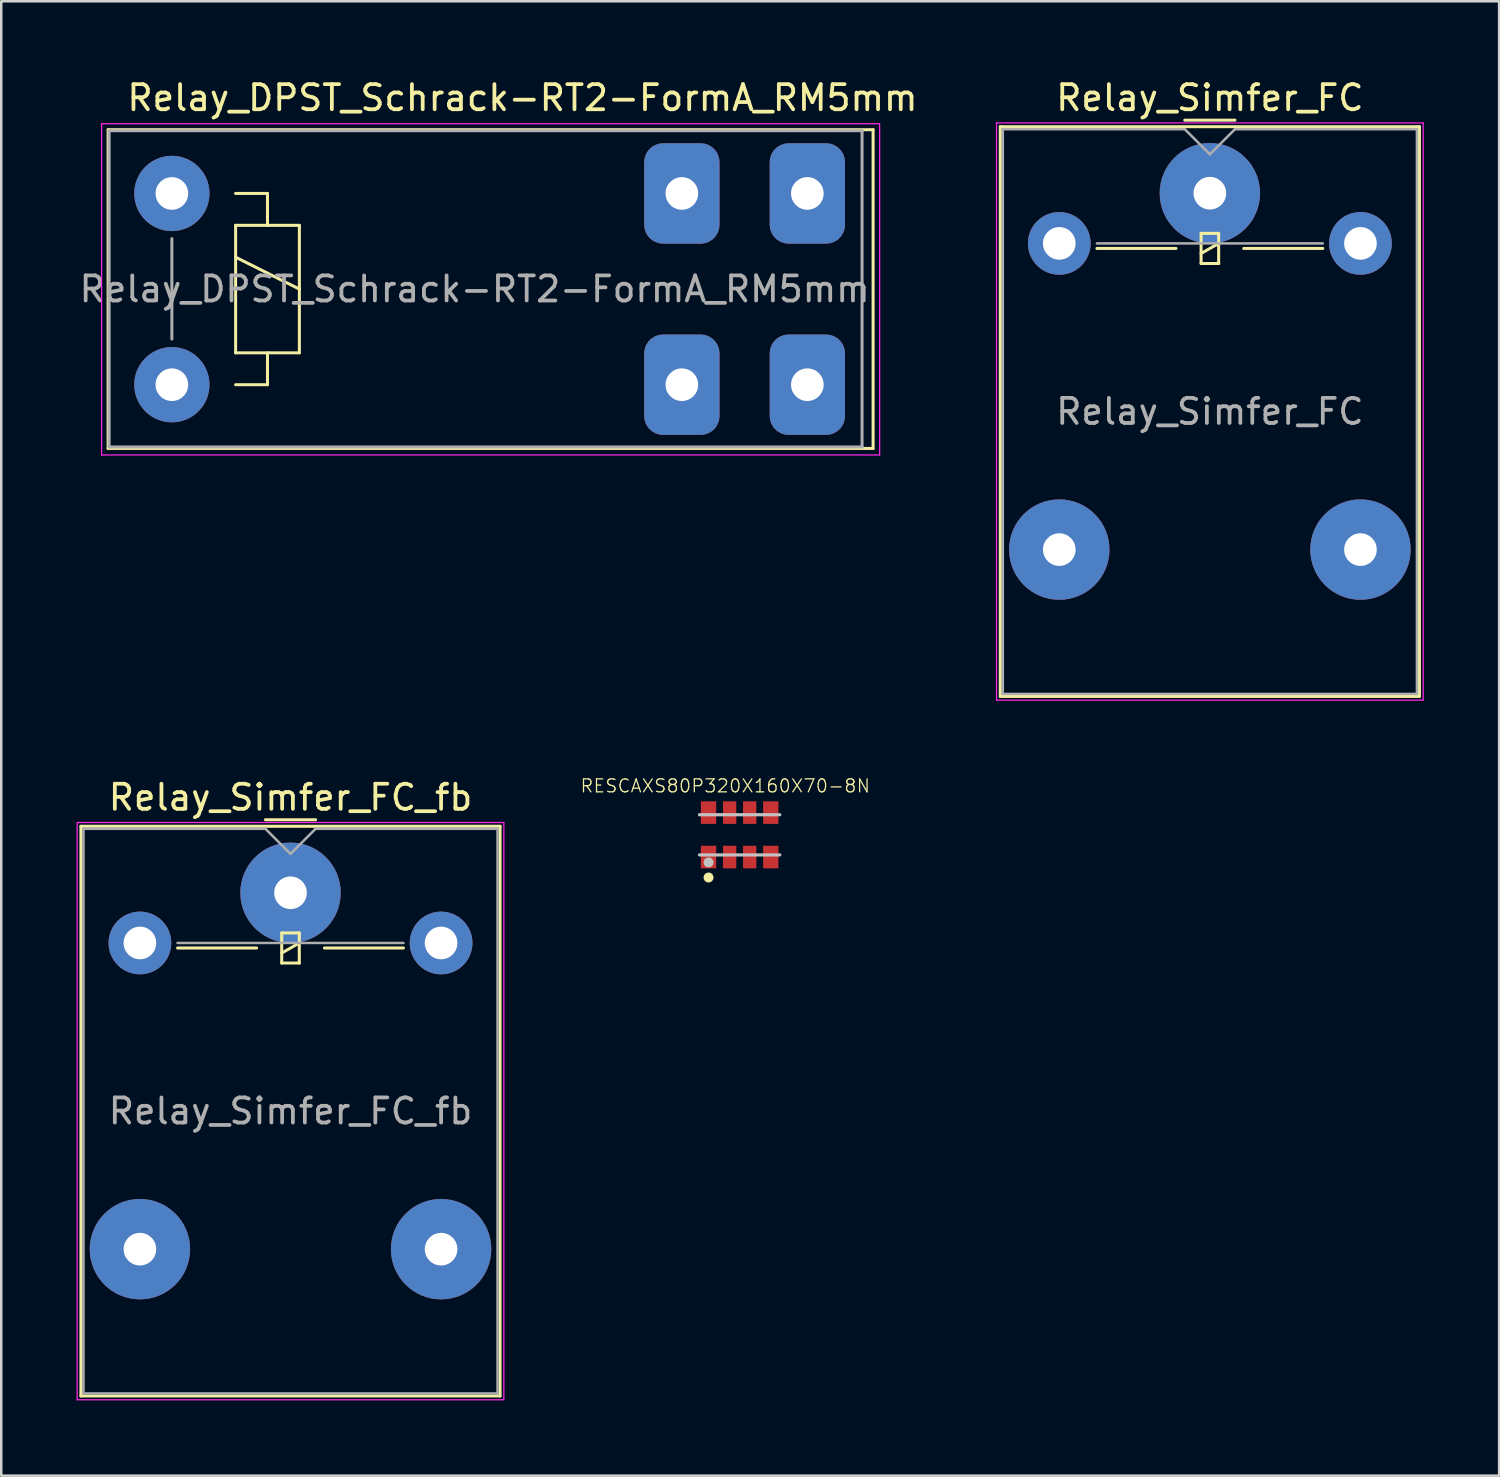
<source format=kicad_pcb>
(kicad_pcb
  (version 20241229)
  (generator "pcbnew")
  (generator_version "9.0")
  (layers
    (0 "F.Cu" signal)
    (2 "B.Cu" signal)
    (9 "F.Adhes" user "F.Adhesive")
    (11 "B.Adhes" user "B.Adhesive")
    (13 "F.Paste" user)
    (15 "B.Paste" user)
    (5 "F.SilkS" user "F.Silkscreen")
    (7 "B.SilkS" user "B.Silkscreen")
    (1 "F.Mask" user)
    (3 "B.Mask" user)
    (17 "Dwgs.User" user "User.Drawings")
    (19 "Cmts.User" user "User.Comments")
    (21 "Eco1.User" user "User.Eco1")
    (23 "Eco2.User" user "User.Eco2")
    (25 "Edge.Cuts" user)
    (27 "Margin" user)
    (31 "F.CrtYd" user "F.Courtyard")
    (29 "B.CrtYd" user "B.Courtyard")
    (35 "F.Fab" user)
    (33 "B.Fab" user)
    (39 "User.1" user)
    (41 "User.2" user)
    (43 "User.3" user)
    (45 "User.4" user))
  (footprint "Relay_DPST_Schrack-RT2-FormA_RM5mm"
    (layer "F.Cu")
    (at 3.798 4.658)
    (property "Reference" "Relay_DPST_Schrack-RT2-FormA_RM5mm" (at 13.97 -3.81 0) (layer "F.SilkS") (effects (font (size 1 1) (thickness 0.15))))
    (attr through_hole)
    (fp_line (start -2.54 -2.54) (end 27.94 -2.54) (stroke (width 0.12) (type solid)) (layer "F.SilkS"))
    (fp_line (start -2.54 10.16) (end -2.54 -2.54) (stroke (width 0.12) (type solid)) (layer "F.SilkS"))
    (fp_line (start 2.54 0) (end 3.81 0) (stroke (width 0.12) (type solid)) (layer "F.SilkS"))
    (fp_line (start 2.54 1.27) (end 3.81 1.27) (stroke (width 0.12) (type solid)) (layer "F.SilkS"))
    (fp_line (start 2.54 2.54) (end 5.08 3.81) (stroke (width 0.12) (type solid)) (layer "F.SilkS"))
    (fp_line (start 2.54 6.35) (end 2.54 1.27) (stroke (width 0.12) (type solid)) (layer "F.SilkS"))
    (fp_line (start 3.81 0) (end 3.81 1.27) (stroke (width 0.12) (type solid)) (layer "F.SilkS"))
    (fp_line (start 3.81 1.27) (end 5.08 1.27) (stroke (width 0.12) (type solid)) (layer "F.SilkS"))
    (fp_line (start 3.81 6.35) (end 3.81 7.62) (stroke (width 0.12) (type solid)) (layer "F.SilkS"))
    (fp_line (start 3.81 7.62) (end 2.54 7.62) (stroke (width 0.12) (type solid)) (layer "F.SilkS"))
    (fp_line (start 5.08 1.27) (end 5.08 6.35) (stroke (width 0.12) (type solid)) (layer "F.SilkS"))
    (fp_line (start 5.08 6.35) (end 2.54 6.35) (stroke (width 0.12) (type solid)) (layer "F.SilkS"))
    (fp_line (start 27.94 -2.54) (end 27.94 10.16) (stroke (width 0.12) (type solid)) (layer "F.SilkS"))
    (fp_line (start 27.94 10.16) (end -2.54 10.16) (stroke (width 0.12) (type solid)) (layer "F.SilkS"))
    (fp_line (start -2.8 -2.78) (end 28.2 -2.78) (stroke (width 0.05) (type solid)) (layer "F.CrtYd"))
    (fp_line (start -2.8 10.42) (end -2.8 -2.78) (stroke (width 0.05) (type solid)) (layer "F.CrtYd"))
    (fp_line (start 28.2 -2.78) (end 28.2 10.42) (stroke (width 0.05) (type solid)) (layer "F.CrtYd"))
    (fp_line (start 28.2 10.42) (end -2.8 10.42) (stroke (width 0.05) (type solid)) (layer "F.CrtYd"))
    (fp_line (start -2.5 -2.5) (end 27.5 -2.5) (stroke (width 0.12) (type solid)) (layer "F.Fab"))
    (fp_line (start -2.5 10.1) (end -2.5 -2.5) (stroke (width 0.12) (type solid)) (layer "F.Fab"))
    (fp_line (start 0 1.8) (end 0 5.8) (stroke (width 0.12) (type solid)) (layer "F.Fab"))
    (fp_line (start 27.5 -2.5) (end 27.5 10.1) (stroke (width 0.12) (type solid)) (layer "F.Fab"))
    (fp_line (start 27.5 10.1) (end -2.5 10.1) (stroke (width 0.12) (type solid)) (layer "F.Fab"))
    (fp_text user "${REFERENCE}" (at 12.065 3.81 0) (layer "F.Fab") (effects (font (size 1 1) (thickness 0.15))))
    (pad "11" thru_hole roundrect (at 20.32 0) (size 3 4) (drill 1.3) (layers "B.Cu" "B.Mask") (roundrect_rratio 0.25))
    (pad "11" thru_hole roundrect (at 20.32 7.62) (size 3 4) (drill 1.3) (layers "B.Cu" "B.Mask") (roundrect_rratio 0.25))
    (pad "14" thru_hole roundrect (at 25.32 0) (size 3 4) (drill 1.3) (layers "B.Cu" "B.Mask") (roundrect_rratio 0.25))
    (pad "14" thru_hole roundrect (at 25.32 7.62) (size 3 4) (drill 1.3) (layers "B.Cu" "B.Mask") (roundrect_rratio 0.25))
    (pad "A1" thru_hole circle (at 0 0) (size 3 3) (drill 1.3) (layers "B.Cu" "B.Mask"))
    (pad "A2" thru_hole circle (at 0 7.62) (size 3 3) (drill 1.3) (layers "B.Cu" "B.Mask")))
  (footprint "RESCAXS80P320X160X70-8N"
    (layer "F.Cu")
    (at 26.421 30.213)
    (property "Reference" "RESCAXS80P320X160X70-8N" (at -0.573 -1.949 0) (layer "F.SilkS") (effects (font (size 0.518 0.518) (thickness 0.05))))
    (attr smd)
    (fp_circle (center -1.24 1.7) (end -1.14 1.7) (stroke (width 0.2) (type solid)) (fill no) (layer "F.SilkS"))
    (fp_line (start -1.6 -0.8) (end 1.6 -0.8) (stroke (width 0.127) (type solid)) (layer "Dwgs.User"))
    (fp_line (start 1.6 0.8) (end -1.6 0.8) (stroke (width 0.127) (type solid)) (layer "Dwgs.User"))
    (fp_circle (center -1.24 1.1) (end -1.14 1.1) (stroke (width 0.2) (type solid)) (fill no) (layer "Dwgs.User"))
    (fp_line (start -1.75 -1.5) (end 1.75 -1.5) (stroke (width 0.05) (type solid)) (layer "Eco1.User"))
    (fp_line (start -1.75 1.5) (end -1.75 -1.5) (stroke (width 0.05) (type solid)) (layer "Eco1.User"))
    (fp_line (start 1.75 -1.5) (end 1.75 1.5) (stroke (width 0.05) (type solid)) (layer "Eco1.User"))
    (fp_line (start 1.75 1.5) (end -1.75 1.5) (stroke (width 0.05) (type solid)) (layer "Eco1.User"))
    (pad "1" smd rect (at -1.24 0.885 90) (size 0.9 0.61) (layers "F.Cu" "F.Mask" "F.Paste"))
    (pad "2" smd rect (at -0.4 0.885 90) (size 0.9 0.53) (layers "F.Cu" "F.Mask" "F.Paste"))
    (pad "3" smd rect (at 0.4 0.885 90) (size 0.9 0.53) (layers "F.Cu" "F.Mask" "F.Paste"))
    (pad "4" smd rect (at 1.24 0.885 90) (size 0.9 0.61) (layers "F.Cu" "F.Mask" "F.Paste"))
    (pad "5" smd rect (at 1.24 -0.885 90) (size 0.9 0.61) (layers "F.Cu" "F.Mask" "F.Paste"))
    (pad "6" smd rect (at 0.4 -0.885 90) (size 0.9 0.53) (layers "F.Cu" "F.Mask" "F.Paste"))
    (pad "7" smd rect (at -0.4 -0.885 90) (size 0.9 0.53) (layers "F.Cu" "F.Mask" "F.Paste"))
    (pad "8" smd rect (at -1.24 -0.885 90) (size 0.9 0.61) (layers "F.Cu" "F.Mask" "F.Paste")))
  (footprint "Relay_Simfer_FC"
    (layer "F.Cu")
    (at 45.156 4.648)
    (property "Reference" "Relay_Simfer_FC" (at 0 -3.8 0) (layer "F.SilkS") (effects (font (size 1 1) (thickness 0.15))))
    (attr through_hole)
    (fp_line (start -8.35 -2.65) (end -8.35 20.05) (stroke (width 0.12) (type solid)) (layer "F.SilkS"))
    (fp_line (start -8.35 20.05) (end 8.35 20.05) (stroke (width 0.12) (type solid)) (layer "F.SilkS"))
    (fp_line (start -4.5 2.2) (end -1.35 2.2) (stroke (width 0.12) (type solid)) (layer "F.SilkS"))
    (fp_line (start -1 -2.91) (end 1 -2.91) (stroke (width 0.12) (type solid)) (layer "F.SilkS"))
    (fp_line (start -0.35 1.6) (end -0.35 2.8) (stroke (width 0.12) (type solid)) (layer "F.SilkS"))
    (fp_line (start -0.35 2.4) (end 0.35 2) (stroke (width 0.12) (type solid)) (layer "F.SilkS"))
    (fp_line (start -0.35 2.8) (end 0.35 2.8) (stroke (width 0.12) (type solid)) (layer "F.SilkS"))
    (fp_line (start 0.35 1.6) (end -0.35 1.6) (stroke (width 0.12) (type solid)) (layer "F.SilkS"))
    (fp_line (start 0.35 2.8) (end 0.35 1.6) (stroke (width 0.12) (type solid)) (layer "F.SilkS"))
    (fp_line (start 1.35 2.2) (end 4.5 2.2) (stroke (width 0.12) (type solid)) (layer "F.SilkS"))
    (fp_line (start 8.35 -2.65) (end -8.35 -2.65) (stroke (width 0.12) (type solid)) (layer "F.SilkS"))
    (fp_line (start 8.35 20.05) (end 8.35 -2.65) (stroke (width 0.12) (type solid)) (layer "F.SilkS"))
    (fp_line (start -8.5 -2.8) (end -8.5 20.2) (stroke (width 0.05) (type solid)) (layer "F.CrtYd"))
    (fp_line (start -8.5 20.2) (end 8.5 20.2) (stroke (width 0.05) (type solid)) (layer "F.CrtYd"))
    (fp_line (start 8.5 -2.8) (end -8.5 -2.8) (stroke (width 0.05) (type solid)) (layer "F.CrtYd"))
    (fp_line (start 8.5 20.2) (end 8.5 -2.8) (stroke (width 0.05) (type solid)) (layer "F.CrtYd"))
    (fp_line (start -8.25 -2.55) (end -1 -2.55) (stroke (width 0.1) (type solid)) (layer "F.Fab"))
    (fp_line (start -8.25 19.95) (end -8.25 -2.55) (stroke (width 0.1) (type solid)) (layer "F.Fab"))
    (fp_line (start -4.5 2) (end 4.5 2) (stroke (width 0.1) (type solid)) (layer "F.Fab"))
    (fp_line (start -1 -2.55) (end 0 -1.55) (stroke (width 0.1) (type solid)) (layer "F.Fab"))
    (fp_line (start 0 -1.55) (end 1 -2.55) (stroke (width 0.1) (type solid)) (layer "F.Fab"))
    (fp_line (start 1 -2.55) (end 8.25 -2.55) (stroke (width 0.1) (type solid)) (layer "F.Fab"))
    (fp_line (start 8.25 -2.55) (end 8.25 19.95) (stroke (width 0.1) (type solid)) (layer "F.Fab"))
    (fp_line (start 8.25 19.95) (end -8.25 19.95) (stroke (width 0.1) (type solid)) (layer "F.Fab"))
    (fp_text user "${REFERENCE}" (at 0 8.7 0) (layer "F.Fab") (effects (font (size 1 1) (thickness 0.15))))
    (pad "1" thru_hole circle (at 0 0) (size 4 4) (drill 1.3) (layers "B.Cu" "B.Mask"))
    (pad "2" thru_hole oval (at -6 2) (size 2.5 2.5) (drill 1.3) (layers "B.Cu" "B.Mask"))
    (pad "3" thru_hole circle (at -6 14.2) (size 4 4) (drill 1.3) (layers "B.Cu" "B.Mask"))
    (pad "4" thru_hole circle (at 6 14.2) (size 4 4) (drill 1.3) (layers "B.Cu" "B.Mask"))
    (pad "5" thru_hole oval (at 6 2) (size 2.5 2.5) (drill 1.3) (layers "B.Cu" "B.Mask")))
  (footprint "Relay_Simfer_FC_fb"
    (layer "F.Cu")
    (at 8.525 32.522)
    (property "Reference" "Relay_Simfer_FC_fb" (at 0 -3.8 0) (layer "F.SilkS") (effects (font (size 1 1) (thickness 0.15))))
    (attr through_hole)
    (fp_line (start -8.35 -2.65) (end -8.35 20.05) (stroke (width 0.12) (type solid)) (layer "F.SilkS"))
    (fp_line (start -8.35 20.05) (end 8.35 20.05) (stroke (width 0.12) (type solid)) (layer "F.SilkS"))
    (fp_line (start -4.5 2.2) (end -1.35 2.2) (stroke (width 0.12) (type solid)) (layer "F.SilkS"))
    (fp_line (start -1 -2.91) (end 1 -2.91) (stroke (width 0.12) (type solid)) (layer "F.SilkS"))
    (fp_line (start -0.35 1.6) (end -0.35 2.8) (stroke (width 0.12) (type solid)) (layer "F.SilkS"))
    (fp_line (start -0.35 2.4) (end 0.35 2) (stroke (width 0.12) (type solid)) (layer "F.SilkS"))
    (fp_line (start -0.35 2.8) (end 0.35 2.8) (stroke (width 0.12) (type solid)) (layer "F.SilkS"))
    (fp_line (start 0.35 1.6) (end -0.35 1.6) (stroke (width 0.12) (type solid)) (layer "F.SilkS"))
    (fp_line (start 0.35 2.8) (end 0.35 1.6) (stroke (width 0.12) (type solid)) (layer "F.SilkS"))
    (fp_line (start 1.35 2.2) (end 4.5 2.2) (stroke (width 0.12) (type solid)) (layer "F.SilkS"))
    (fp_line (start 8.35 -2.65) (end -8.35 -2.65) (stroke (width 0.12) (type solid)) (layer "F.SilkS"))
    (fp_line (start 8.35 20.05) (end 8.35 -2.65) (stroke (width 0.12) (type solid)) (layer "F.SilkS"))
    (fp_line (start -8.5 -2.8) (end -8.5 20.2) (stroke (width 0.05) (type solid)) (layer "F.CrtYd"))
    (fp_line (start -8.5 20.2) (end 8.5 20.2) (stroke (width 0.05) (type solid)) (layer "F.CrtYd"))
    (fp_line (start 8.5 -2.8) (end -8.5 -2.8) (stroke (width 0.05) (type solid)) (layer "F.CrtYd"))
    (fp_line (start 8.5 20.2) (end 8.5 -2.8) (stroke (width 0.05) (type solid)) (layer "F.CrtYd"))
    (fp_line (start -8.25 -2.55) (end -1 -2.55) (stroke (width 0.1) (type solid)) (layer "F.Fab"))
    (fp_line (start -8.25 19.95) (end -8.25 -2.55) (stroke (width 0.1) (type solid)) (layer "F.Fab"))
    (fp_line (start -4.5 2) (end 4.5 2) (stroke (width 0.1) (type solid)) (layer "F.Fab"))
    (fp_line (start -1 -2.55) (end 0 -1.55) (stroke (width 0.1) (type solid)) (layer "F.Fab"))
    (fp_line (start 0 -1.55) (end 1 -2.55) (stroke (width 0.1) (type solid)) (layer "F.Fab"))
    (fp_line (start 1 -2.55) (end 8.25 -2.55) (stroke (width 0.1) (type solid)) (layer "F.Fab"))
    (fp_line (start 8.25 -2.55) (end 8.25 19.95) (stroke (width 0.1) (type solid)) (layer "F.Fab"))
    (fp_line (start 8.25 19.95) (end -8.25 19.95) (stroke (width 0.1) (type solid)) (layer "F.Fab"))
    (fp_text user "${REFERENCE}" (at 0 8.7 0) (layer "F.Fab") (effects (font (size 1 1) (thickness 0.15))))
    (pad "1" thru_hole circle (at 0 0) (size 4 4) (drill 1.3) (layers "*.Cu" "*.Mask"))
    (pad "2" thru_hole oval (at -6 2) (size 2.5 2.5) (drill 1.3) (layers "*.Cu" "*.Mask"))
    (pad "3" thru_hole circle (at -6 14.2) (size 4 4) (drill 1.3) (layers "*.Cu" "*.Mask"))
    (pad "4" thru_hole circle (at 6 14.2) (size 4 4) (drill 1.3) (layers "*.Cu" "*.Mask"))
    (pad "5" thru_hole oval (at 6 2) (size 2.5 2.5) (drill 1.3) (layers "*.Cu" "*.Mask")))
  (gr_rect
    (start -3 -3)
    (end 56.681 55.746)
    (stroke (width 0.1) (type default))
    (fill no)
    (layer "Edge.Cuts")))
</source>
